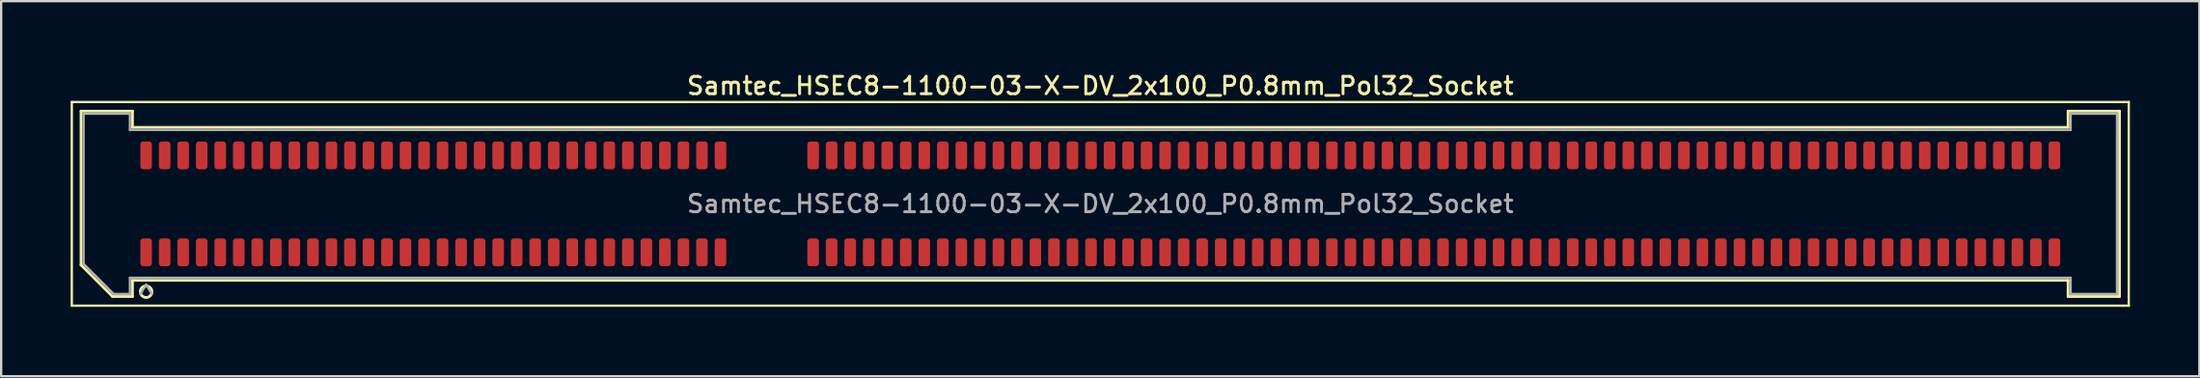
<source format=kicad_pcb>
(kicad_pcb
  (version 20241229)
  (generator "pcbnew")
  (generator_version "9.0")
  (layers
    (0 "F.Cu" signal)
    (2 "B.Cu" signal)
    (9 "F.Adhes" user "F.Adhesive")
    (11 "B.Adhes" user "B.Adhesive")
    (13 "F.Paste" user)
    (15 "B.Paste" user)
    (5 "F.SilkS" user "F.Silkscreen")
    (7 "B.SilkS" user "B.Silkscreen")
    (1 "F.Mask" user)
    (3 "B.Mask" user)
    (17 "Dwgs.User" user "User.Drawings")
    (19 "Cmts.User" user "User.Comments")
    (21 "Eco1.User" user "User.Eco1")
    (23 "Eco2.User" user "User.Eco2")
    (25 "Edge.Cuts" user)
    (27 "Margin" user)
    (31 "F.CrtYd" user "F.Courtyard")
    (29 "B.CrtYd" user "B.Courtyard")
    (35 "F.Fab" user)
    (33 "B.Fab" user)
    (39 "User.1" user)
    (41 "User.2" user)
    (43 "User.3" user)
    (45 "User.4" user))
  (footprint "Samtec_HSEC8-1100-03-X-DV_2x100_P0.8mm_Pol32_Socket"
    (layer "F.Cu")
    (at 44.46 5.758)
    (property "Reference" "Samtec_HSEC8-1100-03-X-DV_2x100_P0.8mm_Pol32_Socket" (at 0 -5.1 0) (layer "F.SilkS") (effects (font (size 0.75 0.75) (thickness 0.125))))
    (attr smd)
    (fp_line (start -44.41 -4.4) (end -44.41 4.4) (stroke (width 0.1) (type solid)) (layer "F.SilkS"))
    (fp_line (start -44.41 4.4) (end 44.41 4.4) (stroke (width 0.1) (type solid)) (layer "F.SilkS"))
    (fp_line (start -44.01 -4.005) (end -41.79 -4.005) (stroke (width 0.12) (type solid)) (layer "F.SilkS"))
    (fp_line (start -44.01 2.641) (end -44.01 -4.005) (stroke (width 0.12) (type solid)) (layer "F.SilkS"))
    (fp_line (start -42.646 4.005) (end -44.01 2.641) (stroke (width 0.12) (type solid)) (layer "F.SilkS"))
    (fp_line (start -41.79 -4.005) (end -41.79 -3.305) (stroke (width 0.12) (type solid)) (layer "F.SilkS"))
    (fp_line (start -41.79 -3.305) (end 41.79 -3.305) (stroke (width 0.12) (type solid)) (layer "F.SilkS"))
    (fp_line (start -41.79 3.305) (end -41.79 4.005) (stroke (width 0.12) (type solid)) (layer "F.SilkS"))
    (fp_line (start -41.79 4.005) (end -42.646 4.005) (stroke (width 0.12) (type solid)) (layer "F.SilkS"))
    (fp_line (start 41.79 -4.005) (end 44.01 -4.005) (stroke (width 0.12) (type solid)) (layer "F.SilkS"))
    (fp_line (start 41.79 -3.305) (end 41.79 -4.005) (stroke (width 0.12) (type solid)) (layer "F.SilkS"))
    (fp_line (start 41.79 3.305) (end -41.79 3.305) (stroke (width 0.12) (type solid)) (layer "F.SilkS"))
    (fp_line (start 41.79 4.005) (end 41.79 3.305) (stroke (width 0.12) (type solid)) (layer "F.SilkS"))
    (fp_line (start 44.01 -4.005) (end 44.01 4.005) (stroke (width 0.12) (type solid)) (layer "F.SilkS"))
    (fp_line (start 44.01 4.005) (end 41.79 4.005) (stroke (width 0.12) (type solid)) (layer "F.SilkS"))
    (fp_line (start 44.41 -4.4) (end -44.41 -4.4) (stroke (width 0.1) (type solid)) (layer "F.SilkS"))
    (fp_line (start 44.41 4.4) (end 44.41 -4.4) (stroke (width 0.1) (type solid)) (layer "F.SilkS"))
    (fp_arc (start -40.95 3.795) (mid -41.45 3.795) (end -40.95 3.795) (stroke (width 0.12) (type solid)) (layer "F.SilkS"))
    (fp_line (start -43.9 -3.895) (end -41.9 -3.895) (stroke (width 0.1) (type solid)) (layer "F.Fab"))
    (fp_line (start -43.9 2.595) (end -43.9 -3.895) (stroke (width 0.1) (type solid)) (layer "F.Fab"))
    (fp_line (start -42.6 3.895) (end -43.9 2.595) (stroke (width 0.1) (type solid)) (layer "F.Fab"))
    (fp_line (start -41.9 -3.895) (end -41.9 -3.195) (stroke (width 0.1) (type solid)) (layer "F.Fab"))
    (fp_line (start -41.9 -3.195) (end 41.9 -3.195) (stroke (width 0.1) (type solid)) (layer "F.Fab"))
    (fp_line (start -41.9 3.195) (end -41.9 3.895) (stroke (width 0.1) (type solid)) (layer "F.Fab"))
    (fp_line (start -41.9 3.895) (end -42.6 3.895) (stroke (width 0.1) (type solid)) (layer "F.Fab"))
    (fp_line (start -41.2 3.495) (end -41.45 3.895) (stroke (width 0.1) (type solid)) (layer "F.Fab"))
    (fp_line (start -41.2 3.495) (end -40.95 3.895) (stroke (width 0.1) (type solid)) (layer "F.Fab"))
    (fp_line (start 41.9 -3.895) (end 43.9 -3.895) (stroke (width 0.1) (type solid)) (layer "F.Fab"))
    (fp_line (start 41.9 -3.195) (end 41.9 -3.895) (stroke (width 0.1) (type solid)) (layer "F.Fab"))
    (fp_line (start 41.9 3.195) (end -41.9 3.195) (stroke (width 0.1) (type solid)) (layer "F.Fab"))
    (fp_line (start 41.9 3.895) (end 41.9 3.195) (stroke (width 0.1) (type solid)) (layer "F.Fab"))
    (fp_line (start 43.9 -3.895) (end 43.9 3.895) (stroke (width 0.1) (type solid)) (layer "F.Fab"))
    (fp_line (start 43.9 3.895) (end 41.9 3.895) (stroke (width 0.1) (type solid)) (layer "F.Fab"))
    (fp_text user "${REFERENCE}" (at 0 0 0) (layer "F.Fab") (effects (font (size 0.75 0.75) (thickness 0.125))))
    (pad "1" smd roundrect (at -41.2 2.095) (size 0.5 1.2) (layers "F.Cu" "F.Mask" "F.Paste") (roundrect_rratio 0.25))
    (pad "2" smd roundrect (at -41.2 -2.095) (size 0.5 1.2) (layers "F.Cu" "F.Mask" "F.Paste") (roundrect_rratio 0.25))
    (pad "3" smd roundrect (at -40.4 2.095) (size 0.5 1.2) (layers "F.Cu" "F.Mask" "F.Paste") (roundrect_rratio 0.25))
    (pad "4" smd roundrect (at -40.4 -2.095) (size 0.5 1.2) (layers "F.Cu" "F.Mask" "F.Paste") (roundrect_rratio 0.25))
    (pad "5" smd roundrect (at -39.6 2.095) (size 0.5 1.2) (layers "F.Cu" "F.Mask" "F.Paste") (roundrect_rratio 0.25))
    (pad "6" smd roundrect (at -39.6 -2.095) (size 0.5 1.2) (layers "F.Cu" "F.Mask" "F.Paste") (roundrect_rratio 0.25))
    (pad "7" smd roundrect (at -38.8 2.095) (size 0.5 1.2) (layers "F.Cu" "F.Mask" "F.Paste") (roundrect_rratio 0.25))
    (pad "8" smd roundrect (at -38.8 -2.095) (size 0.5 1.2) (layers "F.Cu" "F.Mask" "F.Paste") (roundrect_rratio 0.25))
    (pad "9" smd roundrect (at -38 2.095) (size 0.5 1.2) (layers "F.Cu" "F.Mask" "F.Paste") (roundrect_rratio 0.25))
    (pad "10" smd roundrect (at -38 -2.095) (size 0.5 1.2) (layers "F.Cu" "F.Mask" "F.Paste") (roundrect_rratio 0.25))
    (pad "11" smd roundrect (at -37.2 2.095) (size 0.5 1.2) (layers "F.Cu" "F.Mask" "F.Paste") (roundrect_rratio 0.25))
    (pad "12" smd roundrect (at -37.2 -2.095) (size 0.5 1.2) (layers "F.Cu" "F.Mask" "F.Paste") (roundrect_rratio 0.25))
    (pad "13" smd roundrect (at -36.4 2.095) (size 0.5 1.2) (layers "F.Cu" "F.Mask" "F.Paste") (roundrect_rratio 0.25))
    (pad "14" smd roundrect (at -36.4 -2.095) (size 0.5 1.2) (layers "F.Cu" "F.Mask" "F.Paste") (roundrect_rratio 0.25))
    (pad "15" smd roundrect (at -35.6 2.095) (size 0.5 1.2) (layers "F.Cu" "F.Mask" "F.Paste") (roundrect_rratio 0.25))
    (pad "16" smd roundrect (at -35.6 -2.095) (size 0.5 1.2) (layers "F.Cu" "F.Mask" "F.Paste") (roundrect_rratio 0.25))
    (pad "17" smd roundrect (at -34.8 2.095) (size 0.5 1.2) (layers "F.Cu" "F.Mask" "F.Paste") (roundrect_rratio 0.25))
    (pad "18" smd roundrect (at -34.8 -2.095) (size 0.5 1.2) (layers "F.Cu" "F.Mask" "F.Paste") (roundrect_rratio 0.25))
    (pad "19" smd roundrect (at -34 2.095) (size 0.5 1.2) (layers "F.Cu" "F.Mask" "F.Paste") (roundrect_rratio 0.25))
    (pad "20" smd roundrect (at -34 -2.095) (size 0.5 1.2) (layers "F.Cu" "F.Mask" "F.Paste") (roundrect_rratio 0.25))
    (pad "21" smd roundrect (at -33.2 2.095) (size 0.5 1.2) (layers "F.Cu" "F.Mask" "F.Paste") (roundrect_rratio 0.25))
    (pad "22" smd roundrect (at -33.2 -2.095) (size 0.5 1.2) (layers "F.Cu" "F.Mask" "F.Paste") (roundrect_rratio 0.25))
    (pad "23" smd roundrect (at -32.4 2.095) (size 0.5 1.2) (layers "F.Cu" "F.Mask" "F.Paste") (roundrect_rratio 0.25))
    (pad "24" smd roundrect (at -32.4 -2.095) (size 0.5 1.2) (layers "F.Cu" "F.Mask" "F.Paste") (roundrect_rratio 0.25))
    (pad "25" smd roundrect (at -31.6 2.095) (size 0.5 1.2) (layers "F.Cu" "F.Mask" "F.Paste") (roundrect_rratio 0.25))
    (pad "26" smd roundrect (at -31.6 -2.095) (size 0.5 1.2) (layers "F.Cu" "F.Mask" "F.Paste") (roundrect_rratio 0.25))
    (pad "27" smd roundrect (at -30.8 2.095) (size 0.5 1.2) (layers "F.Cu" "F.Mask" "F.Paste") (roundrect_rratio 0.25))
    (pad "28" smd roundrect (at -30.8 -2.095) (size 0.5 1.2) (layers "F.Cu" "F.Mask" "F.Paste") (roundrect_rratio 0.25))
    (pad "29" smd roundrect (at -30 2.095) (size 0.5 1.2) (layers "F.Cu" "F.Mask" "F.Paste") (roundrect_rratio 0.25))
    (pad "30" smd roundrect (at -30 -2.095) (size 0.5 1.2) (layers "F.Cu" "F.Mask" "F.Paste") (roundrect_rratio 0.25))
    (pad "31" smd roundrect (at -29.2 2.095) (size 0.5 1.2) (layers "F.Cu" "F.Mask" "F.Paste") (roundrect_rratio 0.25))
    (pad "32" smd roundrect (at -29.2 -2.095) (size 0.5 1.2) (layers "F.Cu" "F.Mask" "F.Paste") (roundrect_rratio 0.25))
    (pad "33" smd roundrect (at -28.4 2.095) (size 0.5 1.2) (layers "F.Cu" "F.Mask" "F.Paste") (roundrect_rratio 0.25))
    (pad "34" smd roundrect (at -28.4 -2.095) (size 0.5 1.2) (layers "F.Cu" "F.Mask" "F.Paste") (roundrect_rratio 0.25))
    (pad "35" smd roundrect (at -27.6 2.095) (size 0.5 1.2) (layers "F.Cu" "F.Mask" "F.Paste") (roundrect_rratio 0.25))
    (pad "36" smd roundrect (at -27.6 -2.095) (size 0.5 1.2) (layers "F.Cu" "F.Mask" "F.Paste") (roundrect_rratio 0.25))
    (pad "37" smd roundrect (at -26.8 2.095) (size 0.5 1.2) (layers "F.Cu" "F.Mask" "F.Paste") (roundrect_rratio 0.25))
    (pad "38" smd roundrect (at -26.8 -2.095) (size 0.5 1.2) (layers "F.Cu" "F.Mask" "F.Paste") (roundrect_rratio 0.25))
    (pad "39" smd roundrect (at -26 2.095) (size 0.5 1.2) (layers "F.Cu" "F.Mask" "F.Paste") (roundrect_rratio 0.25))
    (pad "40" smd roundrect (at -26 -2.095) (size 0.5 1.2) (layers "F.Cu" "F.Mask" "F.Paste") (roundrect_rratio 0.25))
    (pad "41" smd roundrect (at -25.2 2.095) (size 0.5 1.2) (layers "F.Cu" "F.Mask" "F.Paste") (roundrect_rratio 0.25))
    (pad "42" smd roundrect (at -25.2 -2.095) (size 0.5 1.2) (layers "F.Cu" "F.Mask" "F.Paste") (roundrect_rratio 0.25))
    (pad "43" smd roundrect (at -24.4 2.095) (size 0.5 1.2) (layers "F.Cu" "F.Mask" "F.Paste") (roundrect_rratio 0.25))
    (pad "44" smd roundrect (at -24.4 -2.095) (size 0.5 1.2) (layers "F.Cu" "F.Mask" "F.Paste") (roundrect_rratio 0.25))
    (pad "45" smd roundrect (at -23.6 2.095) (size 0.5 1.2) (layers "F.Cu" "F.Mask" "F.Paste") (roundrect_rratio 0.25))
    (pad "46" smd roundrect (at -23.6 -2.095) (size 0.5 1.2) (layers "F.Cu" "F.Mask" "F.Paste") (roundrect_rratio 0.25))
    (pad "47" smd roundrect (at -22.8 2.095) (size 0.5 1.2) (layers "F.Cu" "F.Mask" "F.Paste") (roundrect_rratio 0.25))
    (pad "48" smd roundrect (at -22.8 -2.095) (size 0.5 1.2) (layers "F.Cu" "F.Mask" "F.Paste") (roundrect_rratio 0.25))
    (pad "49" smd roundrect (at -22 2.095) (size 0.5 1.2) (layers "F.Cu" "F.Mask" "F.Paste") (roundrect_rratio 0.25))
    (pad "50" smd roundrect (at -22 -2.095) (size 0.5 1.2) (layers "F.Cu" "F.Mask" "F.Paste") (roundrect_rratio 0.25))
    (pad "51" smd roundrect (at -21.2 2.095) (size 0.5 1.2) (layers "F.Cu" "F.Mask" "F.Paste") (roundrect_rratio 0.25))
    (pad "52" smd roundrect (at -21.2 -2.095) (size 0.5 1.2) (layers "F.Cu" "F.Mask" "F.Paste") (roundrect_rratio 0.25))
    (pad "53" smd roundrect (at -20.4 2.095) (size 0.5 1.2) (layers "F.Cu" "F.Mask" "F.Paste") (roundrect_rratio 0.25))
    (pad "54" smd roundrect (at -20.4 -2.095) (size 0.5 1.2) (layers "F.Cu" "F.Mask" "F.Paste") (roundrect_rratio 0.25))
    (pad "55" smd roundrect (at -19.6 2.095) (size 0.5 1.2) (layers "F.Cu" "F.Mask" "F.Paste") (roundrect_rratio 0.25))
    (pad "56" smd roundrect (at -19.6 -2.095) (size 0.5 1.2) (layers "F.Cu" "F.Mask" "F.Paste") (roundrect_rratio 0.25))
    (pad "57" smd roundrect (at -18.8 2.095) (size 0.5 1.2) (layers "F.Cu" "F.Mask" "F.Paste") (roundrect_rratio 0.25))
    (pad "58" smd roundrect (at -18.8 -2.095) (size 0.5 1.2) (layers "F.Cu" "F.Mask" "F.Paste") (roundrect_rratio 0.25))
    (pad "59" smd roundrect (at -18 2.095) (size 0.5 1.2) (layers "F.Cu" "F.Mask" "F.Paste") (roundrect_rratio 0.25))
    (pad "60" smd roundrect (at -18 -2.095) (size 0.5 1.2) (layers "F.Cu" "F.Mask" "F.Paste") (roundrect_rratio 0.25))
    (pad "61" smd roundrect (at -17.2 2.095) (size 0.5 1.2) (layers "F.Cu" "F.Mask" "F.Paste") (roundrect_rratio 0.25))
    (pad "62" smd roundrect (at -17.2 -2.095) (size 0.5 1.2) (layers "F.Cu" "F.Mask" "F.Paste") (roundrect_rratio 0.25))
    (pad "63" smd roundrect (at -16.4 2.095) (size 0.5 1.2) (layers "F.Cu" "F.Mask" "F.Paste") (roundrect_rratio 0.25))
    (pad "64" smd roundrect (at -16.4 -2.095) (size 0.5 1.2) (layers "F.Cu" "F.Mask" "F.Paste") (roundrect_rratio 0.25))
    (pad "65" smd roundrect (at -12.4 2.095) (size 0.5 1.2) (layers "F.Cu" "F.Mask" "F.Paste") (roundrect_rratio 0.25))
    (pad "66" smd roundrect (at -12.4 -2.095) (size 0.5 1.2) (layers "F.Cu" "F.Mask" "F.Paste") (roundrect_rratio 0.25))
    (pad "67" smd roundrect (at -11.6 2.095) (size 0.5 1.2) (layers "F.Cu" "F.Mask" "F.Paste") (roundrect_rratio 0.25))
    (pad "68" smd roundrect (at -11.6 -2.095) (size 0.5 1.2) (layers "F.Cu" "F.Mask" "F.Paste") (roundrect_rratio 0.25))
    (pad "69" smd roundrect (at -10.8 2.095) (size 0.5 1.2) (layers "F.Cu" "F.Mask" "F.Paste") (roundrect_rratio 0.25))
    (pad "70" smd roundrect (at -10.8 -2.095) (size 0.5 1.2) (layers "F.Cu" "F.Mask" "F.Paste") (roundrect_rratio 0.25))
    (pad "71" smd roundrect (at -10 2.095) (size 0.5 1.2) (layers "F.Cu" "F.Mask" "F.Paste") (roundrect_rratio 0.25))
    (pad "72" smd roundrect (at -10 -2.095) (size 0.5 1.2) (layers "F.Cu" "F.Mask" "F.Paste") (roundrect_rratio 0.25))
    (pad "73" smd roundrect (at -9.2 2.095) (size 0.5 1.2) (layers "F.Cu" "F.Mask" "F.Paste") (roundrect_rratio 0.25))
    (pad "74" smd roundrect (at -9.2 -2.095) (size 0.5 1.2) (layers "F.Cu" "F.Mask" "F.Paste") (roundrect_rratio 0.25))
    (pad "75" smd roundrect (at -8.4 2.095) (size 0.5 1.2) (layers "F.Cu" "F.Mask" "F.Paste") (roundrect_rratio 0.25))
    (pad "76" smd roundrect (at -8.4 -2.095) (size 0.5 1.2) (layers "F.Cu" "F.Mask" "F.Paste") (roundrect_rratio 0.25))
    (pad "77" smd roundrect (at -7.6 2.095) (size 0.5 1.2) (layers "F.Cu" "F.Mask" "F.Paste") (roundrect_rratio 0.25))
    (pad "78" smd roundrect (at -7.6 -2.095) (size 0.5 1.2) (layers "F.Cu" "F.Mask" "F.Paste") (roundrect_rratio 0.25))
    (pad "79" smd roundrect (at -6.8 2.095) (size 0.5 1.2) (layers "F.Cu" "F.Mask" "F.Paste") (roundrect_rratio 0.25))
    (pad "80" smd roundrect (at -6.8 -2.095) (size 0.5 1.2) (layers "F.Cu" "F.Mask" "F.Paste") (roundrect_rratio 0.25))
    (pad "81" smd roundrect (at -6 2.095) (size 0.5 1.2) (layers "F.Cu" "F.Mask" "F.Paste") (roundrect_rratio 0.25))
    (pad "82" smd roundrect (at -6 -2.095) (size 0.5 1.2) (layers "F.Cu" "F.Mask" "F.Paste") (roundrect_rratio 0.25))
    (pad "83" smd roundrect (at -5.2 2.095) (size 0.5 1.2) (layers "F.Cu" "F.Mask" "F.Paste") (roundrect_rratio 0.25))
    (pad "84" smd roundrect (at -5.2 -2.095) (size 0.5 1.2) (layers "F.Cu" "F.Mask" "F.Paste") (roundrect_rratio 0.25))
    (pad "85" smd roundrect (at -4.4 2.095) (size 0.5 1.2) (layers "F.Cu" "F.Mask" "F.Paste") (roundrect_rratio 0.25))
    (pad "86" smd roundrect (at -4.4 -2.095) (size 0.5 1.2) (layers "F.Cu" "F.Mask" "F.Paste") (roundrect_rratio 0.25))
    (pad "87" smd roundrect (at -3.6 2.095) (size 0.5 1.2) (layers "F.Cu" "F.Mask" "F.Paste") (roundrect_rratio 0.25))
    (pad "88" smd roundrect (at -3.6 -2.095) (size 0.5 1.2) (layers "F.Cu" "F.Mask" "F.Paste") (roundrect_rratio 0.25))
    (pad "89" smd roundrect (at -2.8 2.095) (size 0.5 1.2) (layers "F.Cu" "F.Mask" "F.Paste") (roundrect_rratio 0.25))
    (pad "90" smd roundrect (at -2.8 -2.095) (size 0.5 1.2) (layers "F.Cu" "F.Mask" "F.Paste") (roundrect_rratio 0.25))
    (pad "91" smd roundrect (at -2 2.095) (size 0.5 1.2) (layers "F.Cu" "F.Mask" "F.Paste") (roundrect_rratio 0.25))
    (pad "92" smd roundrect (at -2 -2.095) (size 0.5 1.2) (layers "F.Cu" "F.Mask" "F.Paste") (roundrect_rratio 0.25))
    (pad "93" smd roundrect (at -1.2 2.095) (size 0.5 1.2) (layers "F.Cu" "F.Mask" "F.Paste") (roundrect_rratio 0.25))
    (pad "94" smd roundrect (at -1.2 -2.095) (size 0.5 1.2) (layers "F.Cu" "F.Mask" "F.Paste") (roundrect_rratio 0.25))
    (pad "95" smd roundrect (at -0.4 2.095) (size 0.5 1.2) (layers "F.Cu" "F.Mask" "F.Paste") (roundrect_rratio 0.25))
    (pad "96" smd roundrect (at -0.4 -2.095) (size 0.5 1.2) (layers "F.Cu" "F.Mask" "F.Paste") (roundrect_rratio 0.25))
    (pad "97" smd roundrect (at 0.4 2.095) (size 0.5 1.2) (layers "F.Cu" "F.Mask" "F.Paste") (roundrect_rratio 0.25))
    (pad "98" smd roundrect (at 0.4 -2.095) (size 0.5 1.2) (layers "F.Cu" "F.Mask" "F.Paste") (roundrect_rratio 0.25))
    (pad "99" smd roundrect (at 1.2 2.095) (size 0.5 1.2) (layers "F.Cu" "F.Mask" "F.Paste") (roundrect_rratio 0.25))
    (pad "100" smd roundrect (at 1.2 -2.095) (size 0.5 1.2) (layers "F.Cu" "F.Mask" "F.Paste") (roundrect_rratio 0.25))
    (pad "101" smd roundrect (at 2 2.095) (size 0.5 1.2) (layers "F.Cu" "F.Mask" "F.Paste") (roundrect_rratio 0.25))
    (pad "102" smd roundrect (at 2 -2.095) (size 0.5 1.2) (layers "F.Cu" "F.Mask" "F.Paste") (roundrect_rratio 0.25))
    (pad "103" smd roundrect (at 2.8 2.095) (size 0.5 1.2) (layers "F.Cu" "F.Mask" "F.Paste") (roundrect_rratio 0.25))
    (pad "104" smd roundrect (at 2.8 -2.095) (size 0.5 1.2) (layers "F.Cu" "F.Mask" "F.Paste") (roundrect_rratio 0.25))
    (pad "105" smd roundrect (at 3.6 2.095) (size 0.5 1.2) (layers "F.Cu" "F.Mask" "F.Paste") (roundrect_rratio 0.25))
    (pad "106" smd roundrect (at 3.6 -2.095) (size 0.5 1.2) (layers "F.Cu" "F.Mask" "F.Paste") (roundrect_rratio 0.25))
    (pad "107" smd roundrect (at 4.4 2.095) (size 0.5 1.2) (layers "F.Cu" "F.Mask" "F.Paste") (roundrect_rratio 0.25))
    (pad "108" smd roundrect (at 4.4 -2.095) (size 0.5 1.2) (layers "F.Cu" "F.Mask" "F.Paste") (roundrect_rratio 0.25))
    (pad "109" smd roundrect (at 5.2 2.095) (size 0.5 1.2) (layers "F.Cu" "F.Mask" "F.Paste") (roundrect_rratio 0.25))
    (pad "110" smd roundrect (at 5.2 -2.095) (size 0.5 1.2) (layers "F.Cu" "F.Mask" "F.Paste") (roundrect_rratio 0.25))
    (pad "111" smd roundrect (at 6 2.095) (size 0.5 1.2) (layers "F.Cu" "F.Mask" "F.Paste") (roundrect_rratio 0.25))
    (pad "112" smd roundrect (at 6 -2.095) (size 0.5 1.2) (layers "F.Cu" "F.Mask" "F.Paste") (roundrect_rratio 0.25))
    (pad "113" smd roundrect (at 6.8 2.095) (size 0.5 1.2) (layers "F.Cu" "F.Mask" "F.Paste") (roundrect_rratio 0.25))
    (pad "114" smd roundrect (at 6.8 -2.095) (size 0.5 1.2) (layers "F.Cu" "F.Mask" "F.Paste") (roundrect_rratio 0.25))
    (pad "115" smd roundrect (at 7.6 2.095) (size 0.5 1.2) (layers "F.Cu" "F.Mask" "F.Paste") (roundrect_rratio 0.25))
    (pad "116" smd roundrect (at 7.6 -2.095) (size 0.5 1.2) (layers "F.Cu" "F.Mask" "F.Paste") (roundrect_rratio 0.25))
    (pad "117" smd roundrect (at 8.4 2.095) (size 0.5 1.2) (layers "F.Cu" "F.Mask" "F.Paste") (roundrect_rratio 0.25))
    (pad "118" smd roundrect (at 8.4 -2.095) (size 0.5 1.2) (layers "F.Cu" "F.Mask" "F.Paste") (roundrect_rratio 0.25))
    (pad "119" smd roundrect (at 9.2 2.095) (size 0.5 1.2) (layers "F.Cu" "F.Mask" "F.Paste") (roundrect_rratio 0.25))
    (pad "120" smd roundrect (at 9.2 -2.095) (size 0.5 1.2) (layers "F.Cu" "F.Mask" "F.Paste") (roundrect_rratio 0.25))
    (pad "121" smd roundrect (at 10 2.095) (size 0.5 1.2) (layers "F.Cu" "F.Mask" "F.Paste") (roundrect_rratio 0.25))
    (pad "122" smd roundrect (at 10 -2.095) (size 0.5 1.2) (layers "F.Cu" "F.Mask" "F.Paste") (roundrect_rratio 0.25))
    (pad "123" smd roundrect (at 10.8 2.095) (size 0.5 1.2) (layers "F.Cu" "F.Mask" "F.Paste") (roundrect_rratio 0.25))
    (pad "124" smd roundrect (at 10.8 -2.095) (size 0.5 1.2) (layers "F.Cu" "F.Mask" "F.Paste") (roundrect_rratio 0.25))
    (pad "125" smd roundrect (at 11.6 2.095) (size 0.5 1.2) (layers "F.Cu" "F.Mask" "F.Paste") (roundrect_rratio 0.25))
    (pad "126" smd roundrect (at 11.6 -2.095) (size 0.5 1.2) (layers "F.Cu" "F.Mask" "F.Paste") (roundrect_rratio 0.25))
    (pad "127" smd roundrect (at 12.4 2.095) (size 0.5 1.2) (layers "F.Cu" "F.Mask" "F.Paste") (roundrect_rratio 0.25))
    (pad "128" smd roundrect (at 12.4 -2.095) (size 0.5 1.2) (layers "F.Cu" "F.Mask" "F.Paste") (roundrect_rratio 0.25))
    (pad "129" smd roundrect (at 13.2 2.095) (size 0.5 1.2) (layers "F.Cu" "F.Mask" "F.Paste") (roundrect_rratio 0.25))
    (pad "130" smd roundrect (at 13.2 -2.095) (size 0.5 1.2) (layers "F.Cu" "F.Mask" "F.Paste") (roundrect_rratio 0.25))
    (pad "131" smd roundrect (at 14 2.095) (size 0.5 1.2) (layers "F.Cu" "F.Mask" "F.Paste") (roundrect_rratio 0.25))
    (pad "132" smd roundrect (at 14 -2.095) (size 0.5 1.2) (layers "F.Cu" "F.Mask" "F.Paste") (roundrect_rratio 0.25))
    (pad "133" smd roundrect (at 14.8 2.095) (size 0.5 1.2) (layers "F.Cu" "F.Mask" "F.Paste") (roundrect_rratio 0.25))
    (pad "134" smd roundrect (at 14.8 -2.095) (size 0.5 1.2) (layers "F.Cu" "F.Mask" "F.Paste") (roundrect_rratio 0.25))
    (pad "135" smd roundrect (at 15.6 2.095) (size 0.5 1.2) (layers "F.Cu" "F.Mask" "F.Paste") (roundrect_rratio 0.25))
    (pad "136" smd roundrect (at 15.6 -2.095) (size 0.5 1.2) (layers "F.Cu" "F.Mask" "F.Paste") (roundrect_rratio 0.25))
    (pad "137" smd roundrect (at 16.4 2.095) (size 0.5 1.2) (layers "F.Cu" "F.Mask" "F.Paste") (roundrect_rratio 0.25))
    (pad "138" smd roundrect (at 16.4 -2.095) (size 0.5 1.2) (layers "F.Cu" "F.Mask" "F.Paste") (roundrect_rratio 0.25))
    (pad "139" smd roundrect (at 17.2 2.095) (size 0.5 1.2) (layers "F.Cu" "F.Mask" "F.Paste") (roundrect_rratio 0.25))
    (pad "140" smd roundrect (at 17.2 -2.095) (size 0.5 1.2) (layers "F.Cu" "F.Mask" "F.Paste") (roundrect_rratio 0.25))
    (pad "141" smd roundrect (at 18 2.095) (size 0.5 1.2) (layers "F.Cu" "F.Mask" "F.Paste") (roundrect_rratio 0.25))
    (pad "142" smd roundrect (at 18 -2.095) (size 0.5 1.2) (layers "F.Cu" "F.Mask" "F.Paste") (roundrect_rratio 0.25))
    (pad "143" smd roundrect (at 18.8 2.095) (size 0.5 1.2) (layers "F.Cu" "F.Mask" "F.Paste") (roundrect_rratio 0.25))
    (pad "144" smd roundrect (at 18.8 -2.095) (size 0.5 1.2) (layers "F.Cu" "F.Mask" "F.Paste") (roundrect_rratio 0.25))
    (pad "145" smd roundrect (at 19.6 2.095) (size 0.5 1.2) (layers "F.Cu" "F.Mask" "F.Paste") (roundrect_rratio 0.25))
    (pad "146" smd roundrect (at 19.6 -2.095) (size 0.5 1.2) (layers "F.Cu" "F.Mask" "F.Paste") (roundrect_rratio 0.25))
    (pad "147" smd roundrect (at 20.4 2.095) (size 0.5 1.2) (layers "F.Cu" "F.Mask" "F.Paste") (roundrect_rratio 0.25))
    (pad "148" smd roundrect (at 20.4 -2.095) (size 0.5 1.2) (layers "F.Cu" "F.Mask" "F.Paste") (roundrect_rratio 0.25))
    (pad "149" smd roundrect (at 21.2 2.095) (size 0.5 1.2) (layers "F.Cu" "F.Mask" "F.Paste") (roundrect_rratio 0.25))
    (pad "150" smd roundrect (at 21.2 -2.095) (size 0.5 1.2) (layers "F.Cu" "F.Mask" "F.Paste") (roundrect_rratio 0.25))
    (pad "151" smd roundrect (at 22 2.095) (size 0.5 1.2) (layers "F.Cu" "F.Mask" "F.Paste") (roundrect_rratio 0.25))
    (pad "152" smd roundrect (at 22 -2.095) (size 0.5 1.2) (layers "F.Cu" "F.Mask" "F.Paste") (roundrect_rratio 0.25))
    (pad "153" smd roundrect (at 22.8 2.095) (size 0.5 1.2) (layers "F.Cu" "F.Mask" "F.Paste") (roundrect_rratio 0.25))
    (pad "154" smd roundrect (at 22.8 -2.095) (size 0.5 1.2) (layers "F.Cu" "F.Mask" "F.Paste") (roundrect_rratio 0.25))
    (pad "155" smd roundrect (at 23.6 2.095) (size 0.5 1.2) (layers "F.Cu" "F.Mask" "F.Paste") (roundrect_rratio 0.25))
    (pad "156" smd roundrect (at 23.6 -2.095) (size 0.5 1.2) (layers "F.Cu" "F.Mask" "F.Paste") (roundrect_rratio 0.25))
    (pad "157" smd roundrect (at 24.4 2.095) (size 0.5 1.2) (layers "F.Cu" "F.Mask" "F.Paste") (roundrect_rratio 0.25))
    (pad "158" smd roundrect (at 24.4 -2.095) (size 0.5 1.2) (layers "F.Cu" "F.Mask" "F.Paste") (roundrect_rratio 0.25))
    (pad "159" smd roundrect (at 25.2 2.095) (size 0.5 1.2) (layers "F.Cu" "F.Mask" "F.Paste") (roundrect_rratio 0.25))
    (pad "160" smd roundrect (at 25.2 -2.095) (size 0.5 1.2) (layers "F.Cu" "F.Mask" "F.Paste") (roundrect_rratio 0.25))
    (pad "161" smd roundrect (at 26 2.095) (size 0.5 1.2) (layers "F.Cu" "F.Mask" "F.Paste") (roundrect_rratio 0.25))
    (pad "162" smd roundrect (at 26 -2.095) (size 0.5 1.2) (layers "F.Cu" "F.Mask" "F.Paste") (roundrect_rratio 0.25))
    (pad "163" smd roundrect (at 26.8 2.095) (size 0.5 1.2) (layers "F.Cu" "F.Mask" "F.Paste") (roundrect_rratio 0.25))
    (pad "164" smd roundrect (at 26.8 -2.095) (size 0.5 1.2) (layers "F.Cu" "F.Mask" "F.Paste") (roundrect_rratio 0.25))
    (pad "165" smd roundrect (at 27.6 2.095) (size 0.5 1.2) (layers "F.Cu" "F.Mask" "F.Paste") (roundrect_rratio 0.25))
    (pad "166" smd roundrect (at 27.6 -2.095) (size 0.5 1.2) (layers "F.Cu" "F.Mask" "F.Paste") (roundrect_rratio 0.25))
    (pad "167" smd roundrect (at 28.4 2.095) (size 0.5 1.2) (layers "F.Cu" "F.Mask" "F.Paste") (roundrect_rratio 0.25))
    (pad "168" smd roundrect (at 28.4 -2.095) (size 0.5 1.2) (layers "F.Cu" "F.Mask" "F.Paste") (roundrect_rratio 0.25))
    (pad "169" smd roundrect (at 29.2 2.095) (size 0.5 1.2) (layers "F.Cu" "F.Mask" "F.Paste") (roundrect_rratio 0.25))
    (pad "170" smd roundrect (at 29.2 -2.095) (size 0.5 1.2) (layers "F.Cu" "F.Mask" "F.Paste") (roundrect_rratio 0.25))
    (pad "171" smd roundrect (at 30 2.095) (size 0.5 1.2) (layers "F.Cu" "F.Mask" "F.Paste") (roundrect_rratio 0.25))
    (pad "172" smd roundrect (at 30 -2.095) (size 0.5 1.2) (layers "F.Cu" "F.Mask" "F.Paste") (roundrect_rratio 0.25))
    (pad "173" smd roundrect (at 30.8 2.095) (size 0.5 1.2) (layers "F.Cu" "F.Mask" "F.Paste") (roundrect_rratio 0.25))
    (pad "174" smd roundrect (at 30.8 -2.095) (size 0.5 1.2) (layers "F.Cu" "F.Mask" "F.Paste") (roundrect_rratio 0.25))
    (pad "175" smd roundrect (at 31.6 2.095) (size 0.5 1.2) (layers "F.Cu" "F.Mask" "F.Paste") (roundrect_rratio 0.25))
    (pad "176" smd roundrect (at 31.6 -2.095) (size 0.5 1.2) (layers "F.Cu" "F.Mask" "F.Paste") (roundrect_rratio 0.25))
    (pad "177" smd roundrect (at 32.4 2.095) (size 0.5 1.2) (layers "F.Cu" "F.Mask" "F.Paste") (roundrect_rratio 0.25))
    (pad "178" smd roundrect (at 32.4 -2.095) (size 0.5 1.2) (layers "F.Cu" "F.Mask" "F.Paste") (roundrect_rratio 0.25))
    (pad "179" smd roundrect (at 33.2 2.095) (size 0.5 1.2) (layers "F.Cu" "F.Mask" "F.Paste") (roundrect_rratio 0.25))
    (pad "180" smd roundrect (at 33.2 -2.095) (size 0.5 1.2) (layers "F.Cu" "F.Mask" "F.Paste") (roundrect_rratio 0.25))
    (pad "181" smd roundrect (at 34 2.095) (size 0.5 1.2) (layers "F.Cu" "F.Mask" "F.Paste") (roundrect_rratio 0.25))
    (pad "182" smd roundrect (at 34 -2.095) (size 0.5 1.2) (layers "F.Cu" "F.Mask" "F.Paste") (roundrect_rratio 0.25))
    (pad "183" smd roundrect (at 34.8 2.095) (size 0.5 1.2) (layers "F.Cu" "F.Mask" "F.Paste") (roundrect_rratio 0.25))
    (pad "184" smd roundrect (at 34.8 -2.095) (size 0.5 1.2) (layers "F.Cu" "F.Mask" "F.Paste") (roundrect_rratio 0.25))
    (pad "185" smd roundrect (at 35.6 2.095) (size 0.5 1.2) (layers "F.Cu" "F.Mask" "F.Paste") (roundrect_rratio 0.25))
    (pad "186" smd roundrect (at 35.6 -2.095) (size 0.5 1.2) (layers "F.Cu" "F.Mask" "F.Paste") (roundrect_rratio 0.25))
    (pad "187" smd roundrect (at 36.4 2.095) (size 0.5 1.2) (layers "F.Cu" "F.Mask" "F.Paste") (roundrect_rratio 0.25))
    (pad "188" smd roundrect (at 36.4 -2.095) (size 0.5 1.2) (layers "F.Cu" "F.Mask" "F.Paste") (roundrect_rratio 0.25))
    (pad "189" smd roundrect (at 37.2 2.095) (size 0.5 1.2) (layers "F.Cu" "F.Mask" "F.Paste") (roundrect_rratio 0.25))
    (pad "190" smd roundrect (at 37.2 -2.095) (size 0.5 1.2) (layers "F.Cu" "F.Mask" "F.Paste") (roundrect_rratio 0.25))
    (pad "191" smd roundrect (at 38 2.095) (size 0.5 1.2) (layers "F.Cu" "F.Mask" "F.Paste") (roundrect_rratio 0.25))
    (pad "192" smd roundrect (at 38 -2.095) (size 0.5 1.2) (layers "F.Cu" "F.Mask" "F.Paste") (roundrect_rratio 0.25))
    (pad "193" smd roundrect (at 38.8 2.095) (size 0.5 1.2) (layers "F.Cu" "F.Mask" "F.Paste") (roundrect_rratio 0.25))
    (pad "194" smd roundrect (at 38.8 -2.095) (size 0.5 1.2) (layers "F.Cu" "F.Mask" "F.Paste") (roundrect_rratio 0.25))
    (pad "195" smd roundrect (at 39.6 2.095) (size 0.5 1.2) (layers "F.Cu" "F.Mask" "F.Paste") (roundrect_rratio 0.25))
    (pad "196" smd roundrect (at 39.6 -2.095) (size 0.5 1.2) (layers "F.Cu" "F.Mask" "F.Paste") (roundrect_rratio 0.25))
    (pad "197" smd roundrect (at 40.4 2.095) (size 0.5 1.2) (layers "F.Cu" "F.Mask" "F.Paste") (roundrect_rratio 0.25))
    (pad "198" smd roundrect (at 40.4 -2.095) (size 0.5 1.2) (layers "F.Cu" "F.Mask" "F.Paste") (roundrect_rratio 0.25))
    (pad "199" smd roundrect (at 41.2 2.095) (size 0.5 1.2) (layers "F.Cu" "F.Mask" "F.Paste") (roundrect_rratio 0.25))
    (pad "200" smd roundrect (at 41.2 -2.095) (size 0.5 1.2) (layers "F.Cu" "F.Mask" "F.Paste") (roundrect_rratio 0.25)))
  (gr_rect
    (start -3 -3)
    (end 91.92 13.208)
    (stroke (width 0.1) (type default))
    (fill no)
    (layer "Edge.Cuts")))
</source>
